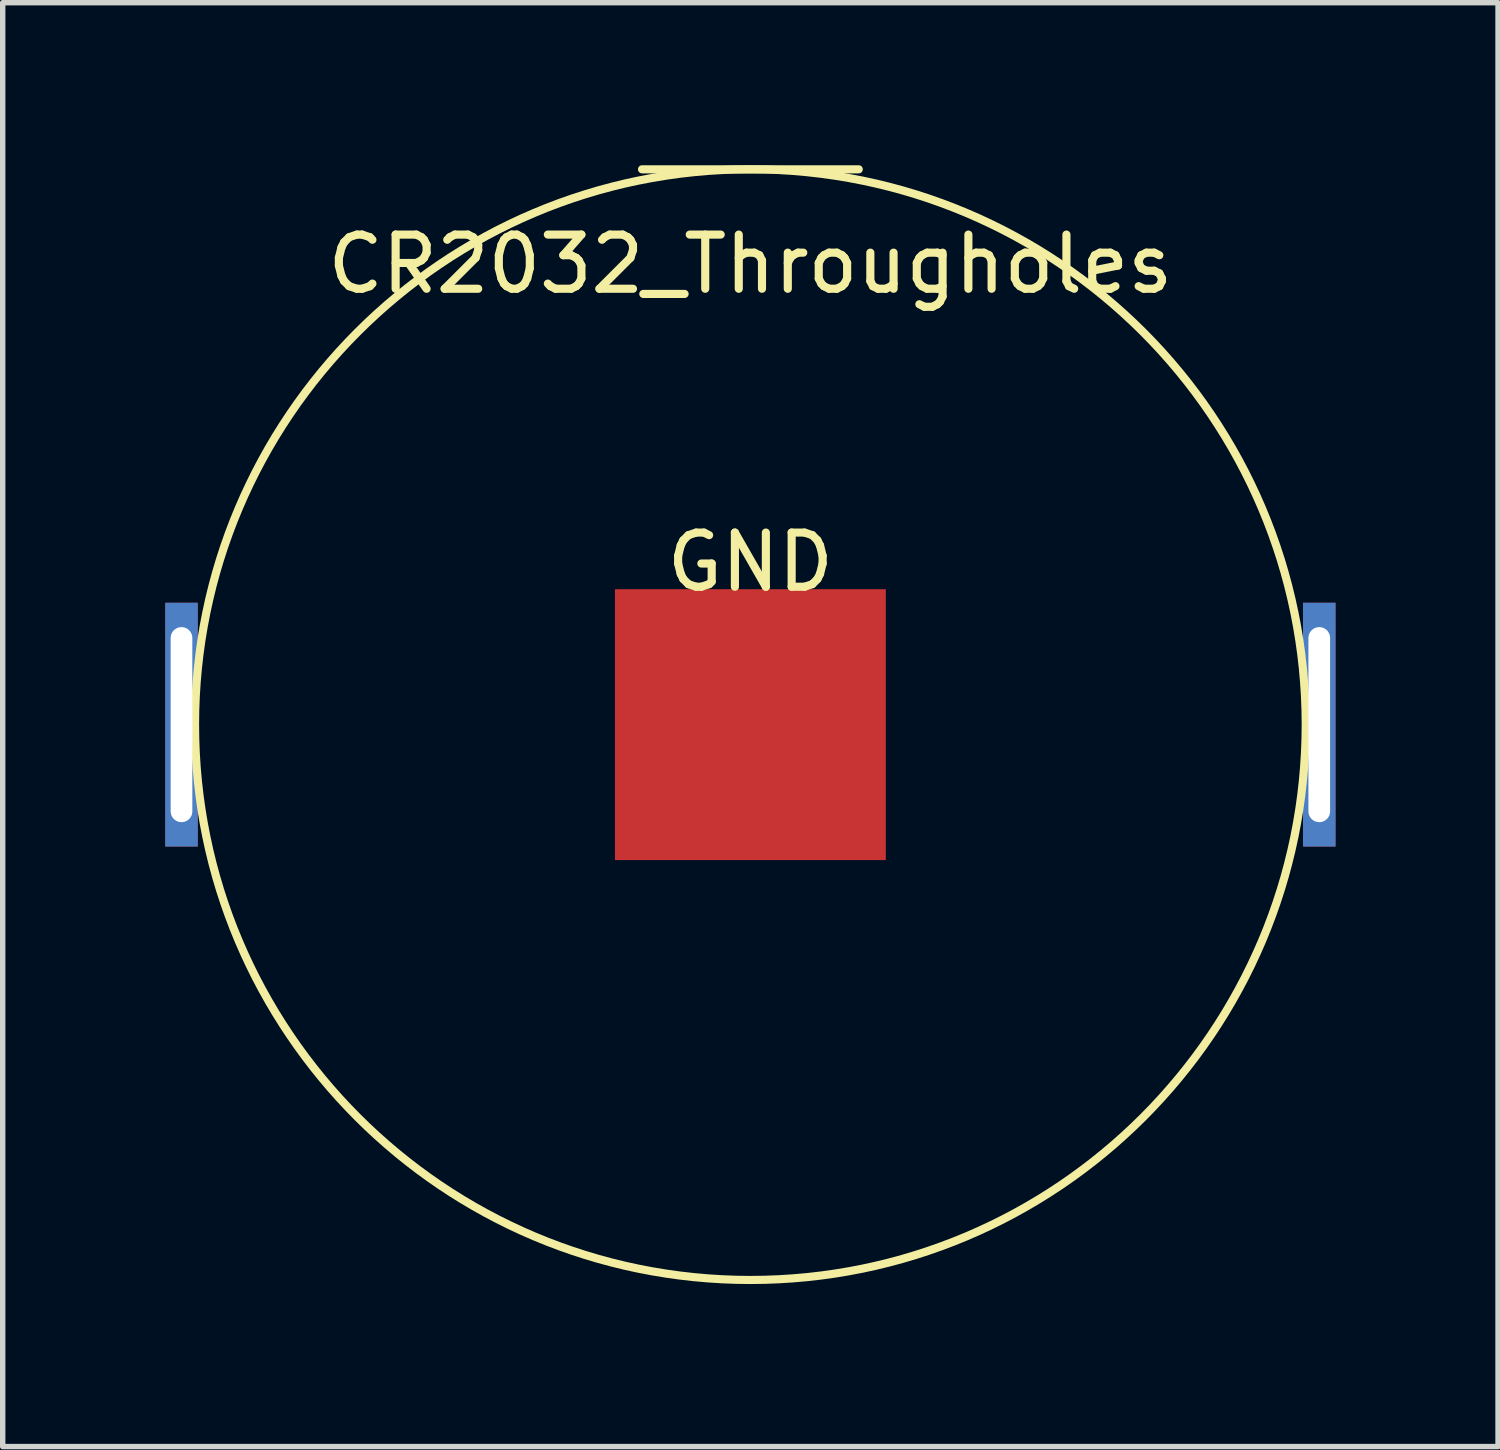
<source format=kicad_pcb>
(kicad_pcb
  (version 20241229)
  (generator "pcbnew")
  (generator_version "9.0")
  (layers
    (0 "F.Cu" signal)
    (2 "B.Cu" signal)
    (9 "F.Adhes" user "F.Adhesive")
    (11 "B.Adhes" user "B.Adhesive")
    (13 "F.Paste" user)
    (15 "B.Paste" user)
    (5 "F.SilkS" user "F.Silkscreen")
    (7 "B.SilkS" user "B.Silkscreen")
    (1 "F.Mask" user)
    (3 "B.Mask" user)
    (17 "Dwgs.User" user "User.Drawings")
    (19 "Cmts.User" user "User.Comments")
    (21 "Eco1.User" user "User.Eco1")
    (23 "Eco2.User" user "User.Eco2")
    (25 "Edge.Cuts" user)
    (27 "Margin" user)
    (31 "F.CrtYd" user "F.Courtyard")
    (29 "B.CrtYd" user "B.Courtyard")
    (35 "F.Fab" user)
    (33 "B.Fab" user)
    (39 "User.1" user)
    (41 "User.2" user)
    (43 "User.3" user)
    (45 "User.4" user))
  (footprint "CR2032_Througholes"
    (layer "F.Cu")
    (at 10.8 10.325)
    (property "Reference" "CR2032_Througholes" (at 0 -8.5 0) (layer "F.SilkS") (effects (font (size 1 1) (thickness 0.15))))
    (attr through_hole)
    (fp_line (start -2 -10.25) (end 2 -10.25) (stroke (width 0.15) (type solid)) (layer "F.SilkS"))
    (fp_circle (center 0 0) (end 10.25 0) (stroke (width 0.15) (type solid)) (fill no) (layer "F.SilkS"))
    (fp_text user "GND" (at 0 -3 0) (layer "F.SilkS") (effects (font (size 1 1) (thickness 0.15))))
    (pad "1" thru_hole rect (at -10.5 0) (size 0.6 4.5) (drill oval 0.4 3.6) (layers "*.Cu" "*.Mask"))
    (pad "1" thru_hole rect (at 10.5 0) (size 0.6 4.5) (drill oval 0.4 3.6) (layers "*.Cu" "*.Mask"))
    (pad "2" smd rect (at 0 0) (size 5 5) (layers "F.Cu" "F.Mask")))
  (gr_rect
    (start -3 -3)
    (end 24.6 23.65)
    (stroke (width 0.1) (type default))
    (fill no)
    (layer "Edge.Cuts")))
</source>
